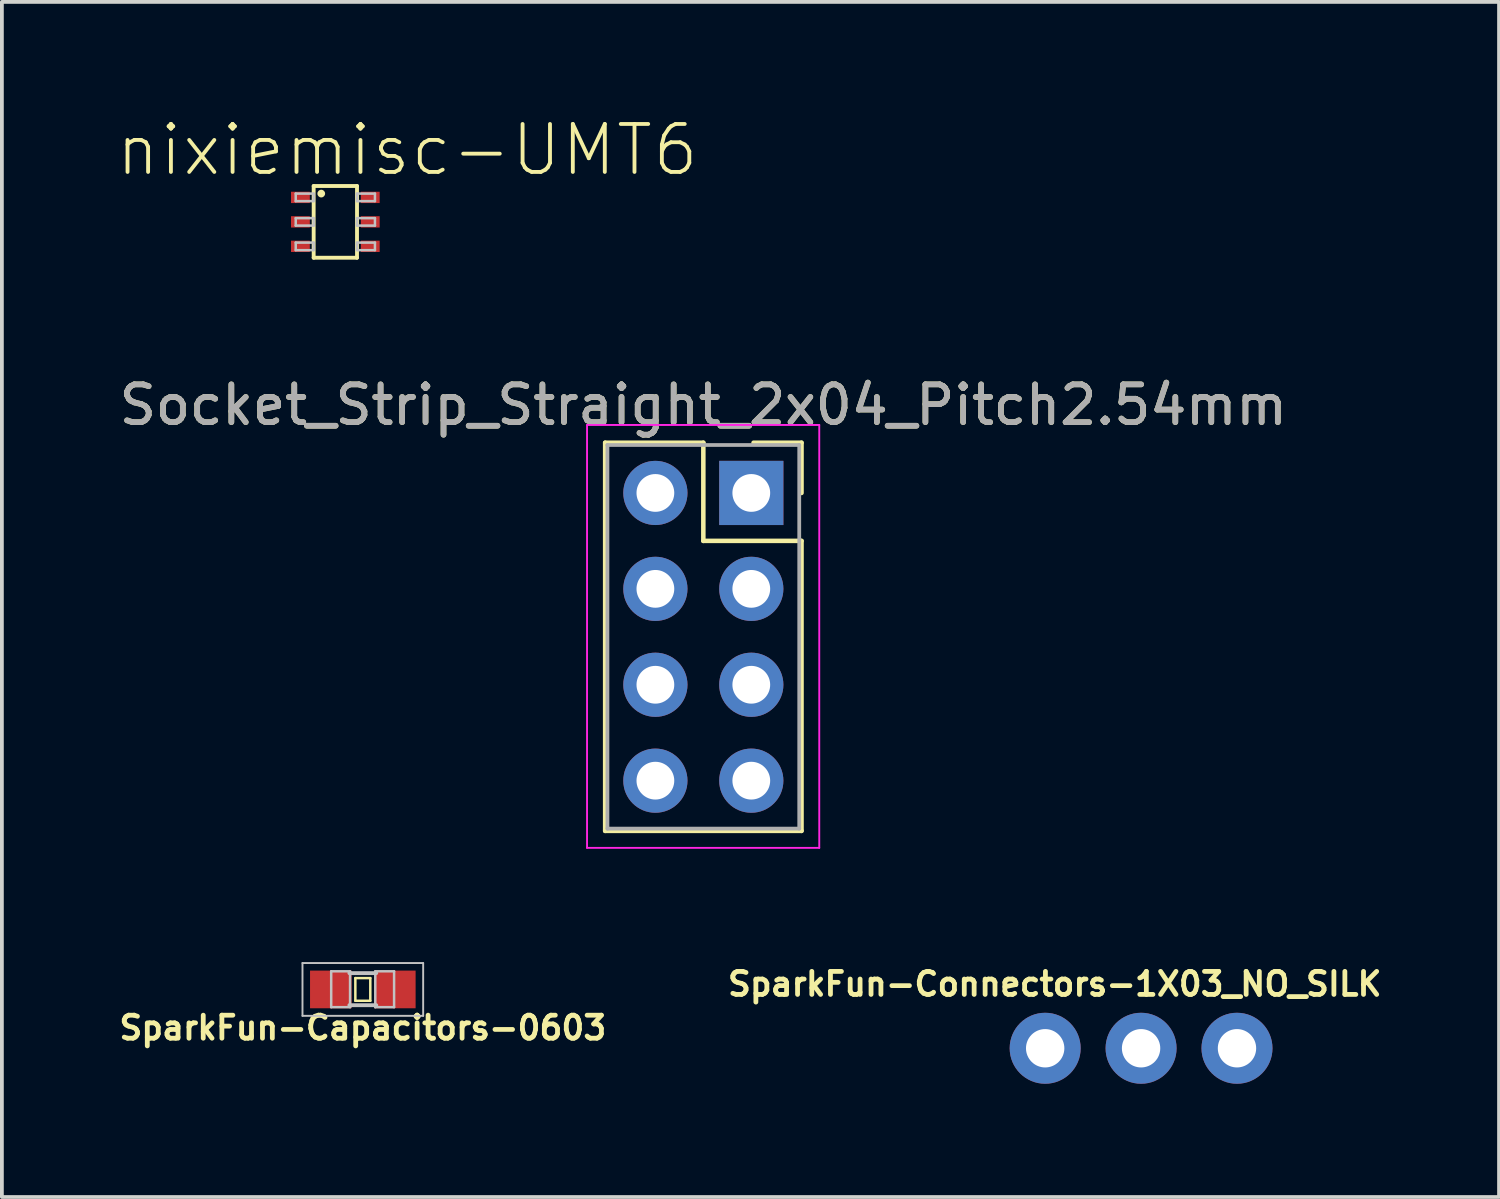
<source format=kicad_pcb>
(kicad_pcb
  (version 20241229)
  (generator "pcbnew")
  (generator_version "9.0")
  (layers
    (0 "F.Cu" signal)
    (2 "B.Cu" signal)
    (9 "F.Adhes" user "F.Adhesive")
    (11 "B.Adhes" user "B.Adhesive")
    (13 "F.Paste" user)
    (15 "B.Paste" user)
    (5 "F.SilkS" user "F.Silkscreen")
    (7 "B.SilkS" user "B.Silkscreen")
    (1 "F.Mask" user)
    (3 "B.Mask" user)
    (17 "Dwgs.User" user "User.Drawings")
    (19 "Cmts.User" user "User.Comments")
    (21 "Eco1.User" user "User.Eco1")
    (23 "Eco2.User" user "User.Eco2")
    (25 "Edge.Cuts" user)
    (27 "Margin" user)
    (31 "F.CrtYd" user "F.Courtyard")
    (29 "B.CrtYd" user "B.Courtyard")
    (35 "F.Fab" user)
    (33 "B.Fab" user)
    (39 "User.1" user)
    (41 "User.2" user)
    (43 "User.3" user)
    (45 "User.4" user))
  (footprint "Socket_Strip_Straight_2x04_Pitch2.54mm"
    (layer "F.Cu")
    (at 16.847 10.005)
    (property "Reference" "Socket_Strip_Straight_2x04_Pitch2.54mm" (at -1.27 -2.33 0) (layer "F.SilkS") (effects (font (size 1 1) (thickness 0.15))))
    (attr through_hole)
    (fp_line (start -3.87 -1.33) (end -1.27 -1.33) (stroke (width 0.12) (type solid)) (layer "F.SilkS"))
    (fp_line (start -3.87 8.95) (end -3.87 -1.33) (stroke (width 0.12) (type solid)) (layer "F.SilkS"))
    (fp_line (start -1.27 -1.33) (end -1.27 1.27) (stroke (width 0.12) (type solid)) (layer "F.SilkS"))
    (fp_line (start -1.27 1.27) (end 1.33 1.27) (stroke (width 0.12) (type solid)) (layer "F.SilkS"))
    (fp_line (start 1.33 -1.33) (end 0.06 -1.33) (stroke (width 0.12) (type solid)) (layer "F.SilkS"))
    (fp_line (start 1.33 0) (end 1.33 -1.33) (stroke (width 0.12) (type solid)) (layer "F.SilkS"))
    (fp_line (start 1.33 1.27) (end 1.33 8.95) (stroke (width 0.12) (type solid)) (layer "F.SilkS"))
    (fp_line (start 1.33 8.95) (end -3.87 8.95) (stroke (width 0.12) (type solid)) (layer "F.SilkS"))
    (fp_line (start -4.35 -1.8) (end -4.35 9.4) (stroke (width 0.05) (type solid)) (layer "F.CrtYd"))
    (fp_line (start -4.35 9.4) (end 1.8 9.4) (stroke (width 0.05) (type solid)) (layer "F.CrtYd"))
    (fp_line (start 1.8 -1.8) (end -4.35 -1.8) (stroke (width 0.05) (type solid)) (layer "F.CrtYd"))
    (fp_line (start 1.8 9.4) (end 1.8 -1.8) (stroke (width 0.05) (type solid)) (layer "F.CrtYd"))
    (fp_line (start -3.81 -1.27) (end -3.81 8.89) (stroke (width 0.1) (type solid)) (layer "F.Fab"))
    (fp_line (start -3.81 8.89) (end 1.27 8.89) (stroke (width 0.1) (type solid)) (layer "F.Fab"))
    (fp_line (start 1.27 -1.27) (end -3.81 -1.27) (stroke (width 0.1) (type solid)) (layer "F.Fab"))
    (fp_line (start 1.27 8.89) (end 1.27 -1.27) (stroke (width 0.1) (type solid)) (layer "F.Fab"))
    (fp_text user "${REFERENCE}" (at -1.27 -2.33 0) (layer "F.Fab") (effects (font (size 1 1) (thickness 0.15))))
    (pad "1" thru_hole rect (at 0 0) (size 1.7 1.7) (drill 1) (layers "*.Cu" "*.Mask"))
    (pad "2" thru_hole oval (at -2.54 0) (size 1.7 1.7) (drill 1) (layers "*.Cu" "*.Mask"))
    (pad "3" thru_hole oval (at 0 2.54) (size 1.7 1.7) (drill 1) (layers "*.Cu" "*.Mask"))
    (pad "4" thru_hole oval (at -2.54 2.54) (size 1.7 1.7) (drill 1) (layers "*.Cu" "*.Mask"))
    (pad "5" thru_hole oval (at 0 5.08) (size 1.7 1.7) (drill 1) (layers "*.Cu" "*.Mask"))
    (pad "6" thru_hole oval (at -2.54 5.08) (size 1.7 1.7) (drill 1) (layers "*.Cu" "*.Mask"))
    (pad "7" thru_hole oval (at 0 7.62) (size 1.7 1.7) (drill 1) (layers "*.Cu" "*.Mask"))
    (pad "8" thru_hole oval (at -2.54 7.62) (size 1.7 1.7) (drill 1) (layers "*.Cu" "*.Mask")))
  (footprint "SparkFun-Connectors-1X03_NO_SILK"
    (layer "F.Cu")
    (at 24.63 24.712)
    (property "Reference" "SparkFun-Connectors-1X03_NO_SILK" (at 0.254 -1.702 0) (layer "F.SilkS") (effects (font (size 0.61 0.61) (thickness 0.127))))
    (attr exclude_from_pos_files exclude_from_bom)
    (fp_line (start -0.254 -0.254) (end 0.254 -0.254) (stroke (width 0.066) (type solid)) (layer "Dwgs.User"))
    (fp_line (start -0.254 0.254) (end -0.254 -0.254) (stroke (width 0.066) (type solid)) (layer "Dwgs.User"))
    (fp_line (start -0.254 0.254) (end 0.254 0.254) (stroke (width 0.066) (type solid)) (layer "Dwgs.User"))
    (fp_line (start 0.254 0.254) (end 0.254 -0.254) (stroke (width 0.066) (type solid)) (layer "Dwgs.User"))
    (fp_line (start 2.286 -0.254) (end 2.794 -0.254) (stroke (width 0.066) (type solid)) (layer "Dwgs.User"))
    (fp_line (start 2.286 0.254) (end 2.286 -0.254) (stroke (width 0.066) (type solid)) (layer "Dwgs.User"))
    (fp_line (start 2.286 0.254) (end 2.794 0.254) (stroke (width 0.066) (type solid)) (layer "Dwgs.User"))
    (fp_line (start 2.794 0.254) (end 2.794 -0.254) (stroke (width 0.066) (type solid)) (layer "Dwgs.User"))
    (fp_line (start 4.826 -0.254) (end 5.334 -0.254) (stroke (width 0.066) (type solid)) (layer "Dwgs.User"))
    (fp_line (start 4.826 0.254) (end 4.826 -0.254) (stroke (width 0.066) (type solid)) (layer "Dwgs.User"))
    (fp_line (start 4.826 0.254) (end 5.334 0.254) (stroke (width 0.066) (type solid)) (layer "Dwgs.User"))
    (fp_line (start 5.334 0.254) (end 5.334 -0.254) (stroke (width 0.066) (type solid)) (layer "Dwgs.User"))
    (pad "1" thru_hole circle (at 0 0) (size 1.88 1.88) (drill 1.016) (layers "*.Cu" "*.Paste" "*.Mask"))
    (pad "2" thru_hole circle (at 2.54 0) (size 1.88 1.88) (drill 1.016) (layers "*.Cu" "*.Paste" "*.Mask"))
    (pad "3" thru_hole circle (at 5.08 0) (size 1.88 1.88) (drill 1.016) (layers "*.Cu" "*.Paste" "*.Mask")))
  (footprint "nixiemisc-UMT6"
    (layer "F.Cu")
    (at 5.831 2.826)
    (property "Reference" "nixiemisc-UMT6" (at 1.905 -1.905 0) (layer "F.SilkS") (effects (font (size 1.27 1.27) (thickness 0.102))))
    (attr smd)
    (fp_line (start -1.224 -0.848) (end -0.599 -0.848) (stroke (width 0.066) (type solid)) (layer "F.Mask"))
    (fp_line (start -1.224 -0.45) (end -1.224 -0.848) (stroke (width 0.066) (type solid)) (layer "F.Mask"))
    (fp_line (start -1.224 -0.45) (end -0.599 -0.45) (stroke (width 0.066) (type solid)) (layer "F.Mask"))
    (fp_line (start -1.224 -0.198) (end -0.599 -0.198) (stroke (width 0.066) (type solid)) (layer "F.Mask"))
    (fp_line (start -1.224 0.198) (end -1.224 -0.198) (stroke (width 0.066) (type solid)) (layer "F.Mask"))
    (fp_line (start -1.224 0.198) (end -0.599 0.198) (stroke (width 0.066) (type solid)) (layer "F.Mask"))
    (fp_line (start -1.224 0.45) (end -0.599 0.45) (stroke (width 0.066) (type solid)) (layer "F.Mask"))
    (fp_line (start -1.224 0.848) (end -1.224 0.45) (stroke (width 0.066) (type solid)) (layer "F.Mask"))
    (fp_line (start -1.224 0.848) (end -0.599 0.848) (stroke (width 0.066) (type solid)) (layer "F.Mask"))
    (fp_line (start -0.599 -0.45) (end -0.599 -0.848) (stroke (width 0.066) (type solid)) (layer "F.Mask"))
    (fp_line (start -0.599 0.198) (end -0.599 -0.198) (stroke (width 0.066) (type solid)) (layer "F.Mask"))
    (fp_line (start -0.599 0.848) (end -0.599 0.45) (stroke (width 0.066) (type solid)) (layer "F.Mask"))
    (fp_line (start 0.599 -0.848) (end 1.224 -0.848) (stroke (width 0.066) (type solid)) (layer "F.Mask"))
    (fp_line (start 0.599 -0.45) (end 0.599 -0.848) (stroke (width 0.066) (type solid)) (layer "F.Mask"))
    (fp_line (start 0.599 -0.45) (end 1.224 -0.45) (stroke (width 0.066) (type solid)) (layer "F.Mask"))
    (fp_line (start 0.599 -0.198) (end 1.224 -0.198) (stroke (width 0.066) (type solid)) (layer "F.Mask"))
    (fp_line (start 0.599 0.198) (end 0.599 -0.198) (stroke (width 0.066) (type solid)) (layer "F.Mask"))
    (fp_line (start 0.599 0.198) (end 1.224 0.198) (stroke (width 0.066) (type solid)) (layer "F.Mask"))
    (fp_line (start 0.599 0.45) (end 1.224 0.45) (stroke (width 0.066) (type solid)) (layer "F.Mask"))
    (fp_line (start 0.599 0.848) (end 0.599 0.45) (stroke (width 0.066) (type solid)) (layer "F.Mask"))
    (fp_line (start 0.599 0.848) (end 1.224 0.848) (stroke (width 0.066) (type solid)) (layer "F.Mask"))
    (fp_line (start 1.224 -0.45) (end 1.224 -0.848) (stroke (width 0.066) (type solid)) (layer "F.Mask"))
    (fp_line (start 1.224 0.198) (end 1.224 -0.198) (stroke (width 0.066) (type solid)) (layer "F.Mask"))
    (fp_line (start 1.224 0.848) (end 1.224 0.45) (stroke (width 0.066) (type solid)) (layer "F.Mask"))
    (fp_line (start -0.574 -0.95) (end 0.574 -0.95) (stroke (width 0.102) (type solid)) (layer "F.SilkS"))
    (fp_line (start -0.574 0.95) (end -0.574 -0.95) (stroke (width 0.102) (type solid)) (layer "F.SilkS"))
    (fp_line (start 0.574 -0.95) (end 0.574 0.95) (stroke (width 0.102) (type solid)) (layer "F.SilkS"))
    (fp_line (start 0.574 0.95) (end -0.574 0.95) (stroke (width 0.102) (type solid)) (layer "F.SilkS"))
    (fp_circle (center -0.373 -0.749) (end -0.373 -0.851) (stroke (width 0) (type solid)) (fill yes) (layer "F.SilkS"))
    (fp_line (start -1.148 -0.775) (end -0.699 -0.775) (stroke (width 0.066) (type solid)) (layer "F.Paste"))
    (fp_line (start -1.148 -0.523) (end -1.148 -0.775) (stroke (width 0.066) (type solid)) (layer "F.Paste"))
    (fp_line (start -1.148 -0.523) (end -0.699 -0.523) (stroke (width 0.066) (type solid)) (layer "F.Paste"))
    (fp_line (start -1.148 -0.124) (end -0.699 -0.124) (stroke (width 0.066) (type solid)) (layer "F.Paste"))
    (fp_line (start -1.148 0.124) (end -1.148 -0.124) (stroke (width 0.066) (type solid)) (layer "F.Paste"))
    (fp_line (start -1.148 0.124) (end -0.699 0.124) (stroke (width 0.066) (type solid)) (layer "F.Paste"))
    (fp_line (start -1.148 0.523) (end -0.699 0.523) (stroke (width 0.066) (type solid)) (layer "F.Paste"))
    (fp_line (start -1.148 0.775) (end -1.148 0.523) (stroke (width 0.066) (type solid)) (layer "F.Paste"))
    (fp_line (start -1.148 0.775) (end -0.699 0.775) (stroke (width 0.066) (type solid)) (layer "F.Paste"))
    (fp_line (start -0.699 -0.523) (end -0.699 -0.775) (stroke (width 0.066) (type solid)) (layer "F.Paste"))
    (fp_line (start -0.699 0.124) (end -0.699 -0.124) (stroke (width 0.066) (type solid)) (layer "F.Paste"))
    (fp_line (start -0.699 0.775) (end -0.699 0.523) (stroke (width 0.066) (type solid)) (layer "F.Paste"))
    (fp_line (start 0.699 -0.775) (end 1.148 -0.775) (stroke (width 0.066) (type solid)) (layer "F.Paste"))
    (fp_line (start 0.699 -0.523) (end 0.699 -0.775) (stroke (width 0.066) (type solid)) (layer "F.Paste"))
    (fp_line (start 0.699 -0.523) (end 1.148 -0.523) (stroke (width 0.066) (type solid)) (layer "F.Paste"))
    (fp_line (start 0.699 -0.124) (end 1.148 -0.124) (stroke (width 0.066) (type solid)) (layer "F.Paste"))
    (fp_line (start 0.699 0.124) (end 0.699 -0.124) (stroke (width 0.066) (type solid)) (layer "F.Paste"))
    (fp_line (start 0.699 0.124) (end 1.148 0.124) (stroke (width 0.066) (type solid)) (layer "F.Paste"))
    (fp_line (start 0.699 0.523) (end 1.148 0.523) (stroke (width 0.066) (type solid)) (layer "F.Paste"))
    (fp_line (start 0.699 0.775) (end 0.699 0.523) (stroke (width 0.066) (type solid)) (layer "F.Paste"))
    (fp_line (start 0.699 0.775) (end 1.148 0.775) (stroke (width 0.066) (type solid)) (layer "F.Paste"))
    (fp_line (start 1.148 -0.523) (end 1.148 -0.775) (stroke (width 0.066) (type solid)) (layer "F.Paste"))
    (fp_line (start 1.148 0.124) (end 1.148 -0.124) (stroke (width 0.066) (type solid)) (layer "F.Paste"))
    (fp_line (start 1.148 0.775) (end 1.148 0.523) (stroke (width 0.066) (type solid)) (layer "F.Paste"))
    (fp_line (start -1.049 -0.749) (end -0.574 -0.749) (stroke (width 0.066) (type solid)) (layer "Dwgs.User"))
    (fp_line (start -1.049 -0.549) (end -1.049 -0.749) (stroke (width 0.066) (type solid)) (layer "Dwgs.User"))
    (fp_line (start -1.049 -0.549) (end -0.574 -0.549) (stroke (width 0.066) (type solid)) (layer "Dwgs.User"))
    (fp_line (start -1.049 -0.099) (end -0.574 -0.099) (stroke (width 0.066) (type solid)) (layer "Dwgs.User"))
    (fp_line (start -1.049 0.099) (end -1.049 -0.099) (stroke (width 0.066) (type solid)) (layer "Dwgs.User"))
    (fp_line (start -1.049 0.099) (end -0.574 0.099) (stroke (width 0.066) (type solid)) (layer "Dwgs.User"))
    (fp_line (start -1.049 0.549) (end -0.574 0.549) (stroke (width 0.066) (type solid)) (layer "Dwgs.User"))
    (fp_line (start -1.049 0.749) (end -1.049 0.549) (stroke (width 0.066) (type solid)) (layer "Dwgs.User"))
    (fp_line (start -1.049 0.749) (end -0.574 0.749) (stroke (width 0.066) (type solid)) (layer "Dwgs.User"))
    (fp_line (start -0.574 -0.549) (end -0.574 -0.749) (stroke (width 0.066) (type solid)) (layer "Dwgs.User"))
    (fp_line (start -0.574 0.099) (end -0.574 -0.099) (stroke (width 0.066) (type solid)) (layer "Dwgs.User"))
    (fp_line (start -0.574 0.749) (end -0.574 0.549) (stroke (width 0.066) (type solid)) (layer "Dwgs.User"))
    (fp_line (start 0.574 -0.749) (end 1.049 -0.749) (stroke (width 0.066) (type solid)) (layer "Dwgs.User"))
    (fp_line (start 0.574 -0.549) (end 0.574 -0.749) (stroke (width 0.066) (type solid)) (layer "Dwgs.User"))
    (fp_line (start 0.574 -0.549) (end 1.049 -0.549) (stroke (width 0.066) (type solid)) (layer "Dwgs.User"))
    (fp_line (start 0.574 -0.099) (end 1.049 -0.099) (stroke (width 0.066) (type solid)) (layer "Dwgs.User"))
    (fp_line (start 0.574 0.099) (end 0.574 -0.099) (stroke (width 0.066) (type solid)) (layer "Dwgs.User"))
    (fp_line (start 0.574 0.099) (end 1.049 0.099) (stroke (width 0.066) (type solid)) (layer "Dwgs.User"))
    (fp_line (start 0.574 0.549) (end 1.049 0.549) (stroke (width 0.066) (type solid)) (layer "Dwgs.User"))
    (fp_line (start 0.574 0.749) (end 0.574 0.549) (stroke (width 0.066) (type solid)) (layer "Dwgs.User"))
    (fp_line (start 0.574 0.749) (end 1.049 0.749) (stroke (width 0.066) (type solid)) (layer "Dwgs.User"))
    (fp_line (start 1.049 -0.549) (end 1.049 -0.749) (stroke (width 0.066) (type solid)) (layer "Dwgs.User"))
    (fp_line (start 1.049 0.099) (end 1.049 -0.099) (stroke (width 0.066) (type solid)) (layer "Dwgs.User"))
    (fp_line (start 1.049 0.749) (end 1.049 0.549) (stroke (width 0.066) (type solid)) (layer "Dwgs.User"))
    (pad "1" smd rect (at -0.925 -0.648) (size 0.498 0.3) (layers "F.Cu" "F.Mask" "F.Paste"))
    (pad "2" smd rect (at -0.925 0) (size 0.498 0.3) (layers "F.Cu" "F.Mask" "F.Paste"))
    (pad "3" smd rect (at -0.925 0.648) (size 0.498 0.3) (layers "F.Cu" "F.Mask" "F.Paste"))
    (pad "4" smd rect (at 0.925 0.648 180) (size 0.498 0.3) (layers "F.Cu" "F.Mask" "F.Paste"))
    (pad "5" smd rect (at 0.925 0 180) (size 0.498 0.3) (layers "F.Cu" "F.Mask" "F.Paste"))
    (pad "6" smd rect (at 0.925 -0.648 180) (size 0.498 0.3) (layers "F.Cu" "F.Mask" "F.Paste")))
  (footprint "SparkFun-Capacitors-0603"
    (layer "F.Cu")
    (at 6.559 23.154)
    (property "Reference" "SparkFun-Capacitors-0603" (at 0 1.016 0) (layer "F.SilkS") (effects (font (size 0.61 0.61) (thickness 0.127))))
    (attr smd)
    (fp_line (start -0.198 -0.3) (end 0.198 -0.3) (stroke (width 0.066) (type solid)) (layer "F.SilkS"))
    (fp_line (start -0.198 0.3) (end -0.198 -0.3) (stroke (width 0.066) (type solid)) (layer "F.SilkS"))
    (fp_line (start -0.198 0.3) (end 0.198 0.3) (stroke (width 0.066) (type solid)) (layer "F.SilkS"))
    (fp_line (start 0.198 0.3) (end 0.198 -0.3) (stroke (width 0.066) (type solid)) (layer "F.SilkS"))
    (fp_line (start -1.598 -0.699) (end 1.598 -0.699) (stroke (width 0.051) (type solid)) (layer "Dwgs.User"))
    (fp_line (start -1.598 0.699) (end -1.598 -0.699) (stroke (width 0.051) (type solid)) (layer "Dwgs.User"))
    (fp_line (start -0.838 -0.48) (end -0.338 -0.48) (stroke (width 0.066) (type solid)) (layer "Dwgs.User"))
    (fp_line (start -0.838 0.47) (end -0.838 -0.48) (stroke (width 0.066) (type solid)) (layer "Dwgs.User"))
    (fp_line (start -0.838 0.47) (end -0.338 0.47) (stroke (width 0.066) (type solid)) (layer "Dwgs.User"))
    (fp_line (start -0.356 -0.432) (end 0.356 -0.432) (stroke (width 0.102) (type solid)) (layer "Dwgs.User"))
    (fp_line (start -0.356 0.417) (end 0.356 0.417) (stroke (width 0.102) (type solid)) (layer "Dwgs.User"))
    (fp_line (start -0.338 0.47) (end -0.338 -0.48) (stroke (width 0.066) (type solid)) (layer "Dwgs.User"))
    (fp_line (start 0.33 -0.48) (end 0.828 -0.48) (stroke (width 0.066) (type solid)) (layer "Dwgs.User"))
    (fp_line (start 0.33 0.47) (end 0.33 -0.48) (stroke (width 0.066) (type solid)) (layer "Dwgs.User"))
    (fp_line (start 0.33 0.47) (end 0.828 0.47) (stroke (width 0.066) (type solid)) (layer "Dwgs.User"))
    (fp_line (start 0.828 0.47) (end 0.828 -0.48) (stroke (width 0.066) (type solid)) (layer "Dwgs.User"))
    (fp_line (start 1.598 -0.699) (end 1.598 0.699) (stroke (width 0.051) (type solid)) (layer "Dwgs.User"))
    (fp_line (start 1.598 0.699) (end -1.598 0.699) (stroke (width 0.051) (type solid)) (layer "Dwgs.User"))
    (pad "1" smd rect (at -0.848 0) (size 1.1 0.998) (layers "F.Cu" "F.Mask" "F.Paste"))
    (pad "2" smd rect (at 0.848 0) (size 1.1 0.998) (layers "F.Cu" "F.Mask" "F.Paste")))
  (gr_rect
    (start -3 -3)
    (end 36.65 28.651)
    (stroke (width 0.1) (type default))
    (fill no)
    (layer "Edge.Cuts")))
</source>
